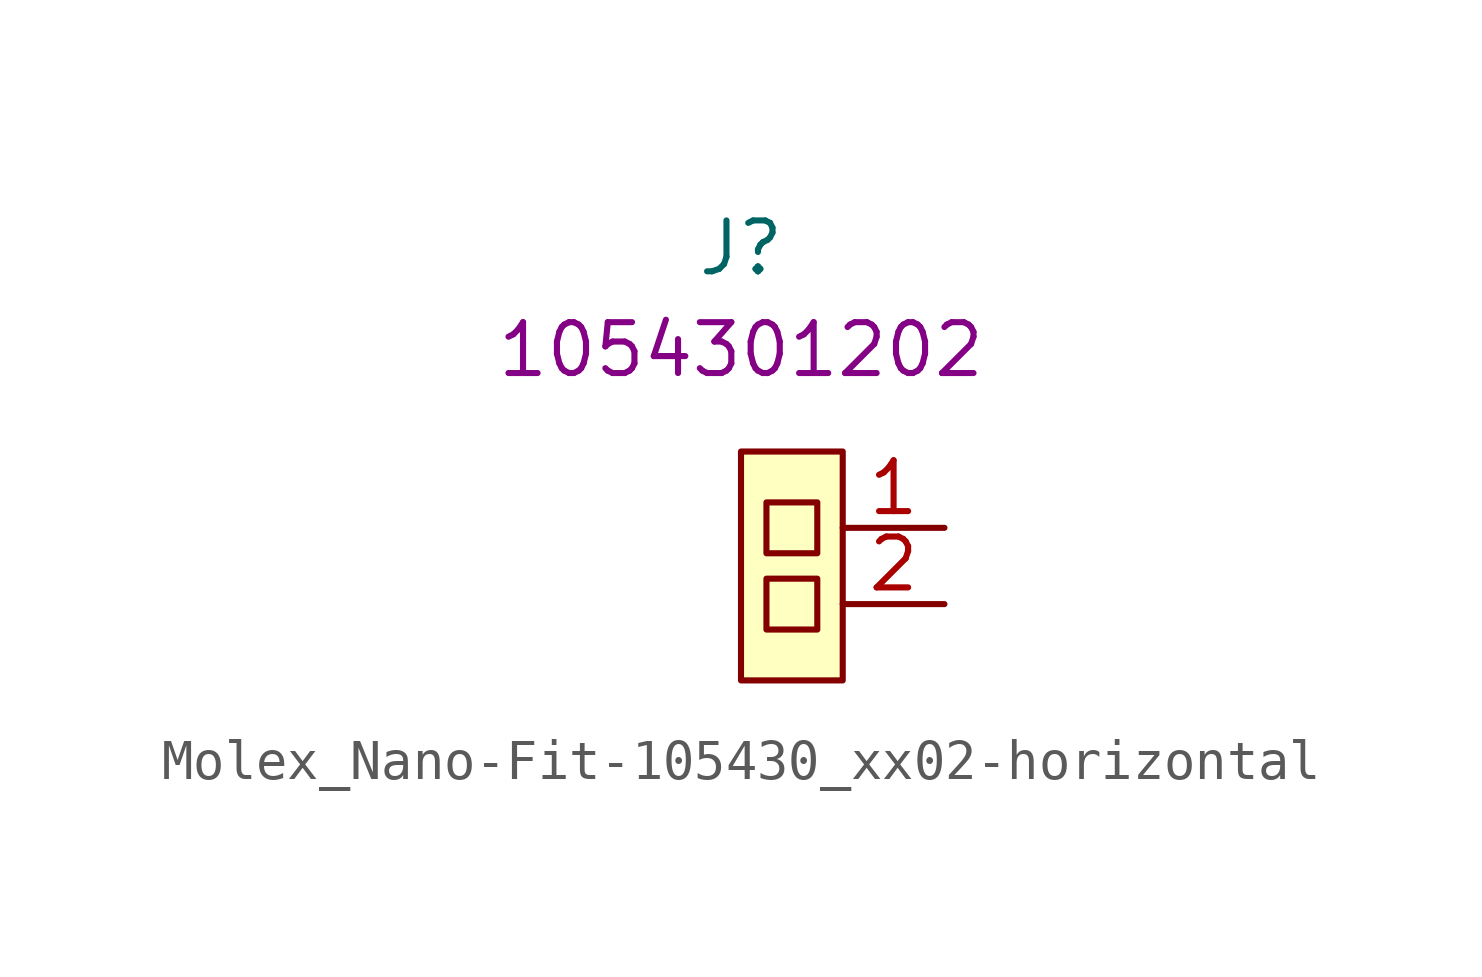
<source format=kicad_sym>
(kicad_symbol_lib
  (version 20220914)
  (generator kicad_symbol_editor)
  (symbol "Molex_Nano-Fit-105430_xx02-horizontal"
    (pin_names
      (offset 1.016))
    (property "Reference" "J"
      (at 0 5.08 0)
      (effects (font (size 1.27 1.27))))
    (property "VAL" "1054301202"
      (at 0 2.54 0)
      (effects (font (size 1.27 1.27))))
    (symbol "Molex_Nano-Fit-105430_xx02-horizontal_1_1"
      (rectangle (start 0 0) (end 2.54 -5.715) (stroke (width 0) (type default)) (fill (type background)))
      (rectangle (start 0.635 -3.175) (end 1.905 -4.445) (stroke (width 0) (type default)) (fill (type none)))
      (rectangle (start 0.635 -1.27) (end 1.905 -2.54) (stroke (width 0) (type default)) (fill (type none)))
      (pin input line (at 5.08 -1.905 180) (length 2.54) (name "~" (effects (font (size 1.27 1.27)))) (number "1" (effects (font (size 1.27 1.27)))))
      (pin input line (at 5.08 -3.81 180) (length 2.54) (name "~" (effects (font (size 1.27 1.27)))) (number "2" (effects (font (size 1.27 1.27))))))))
</source>
